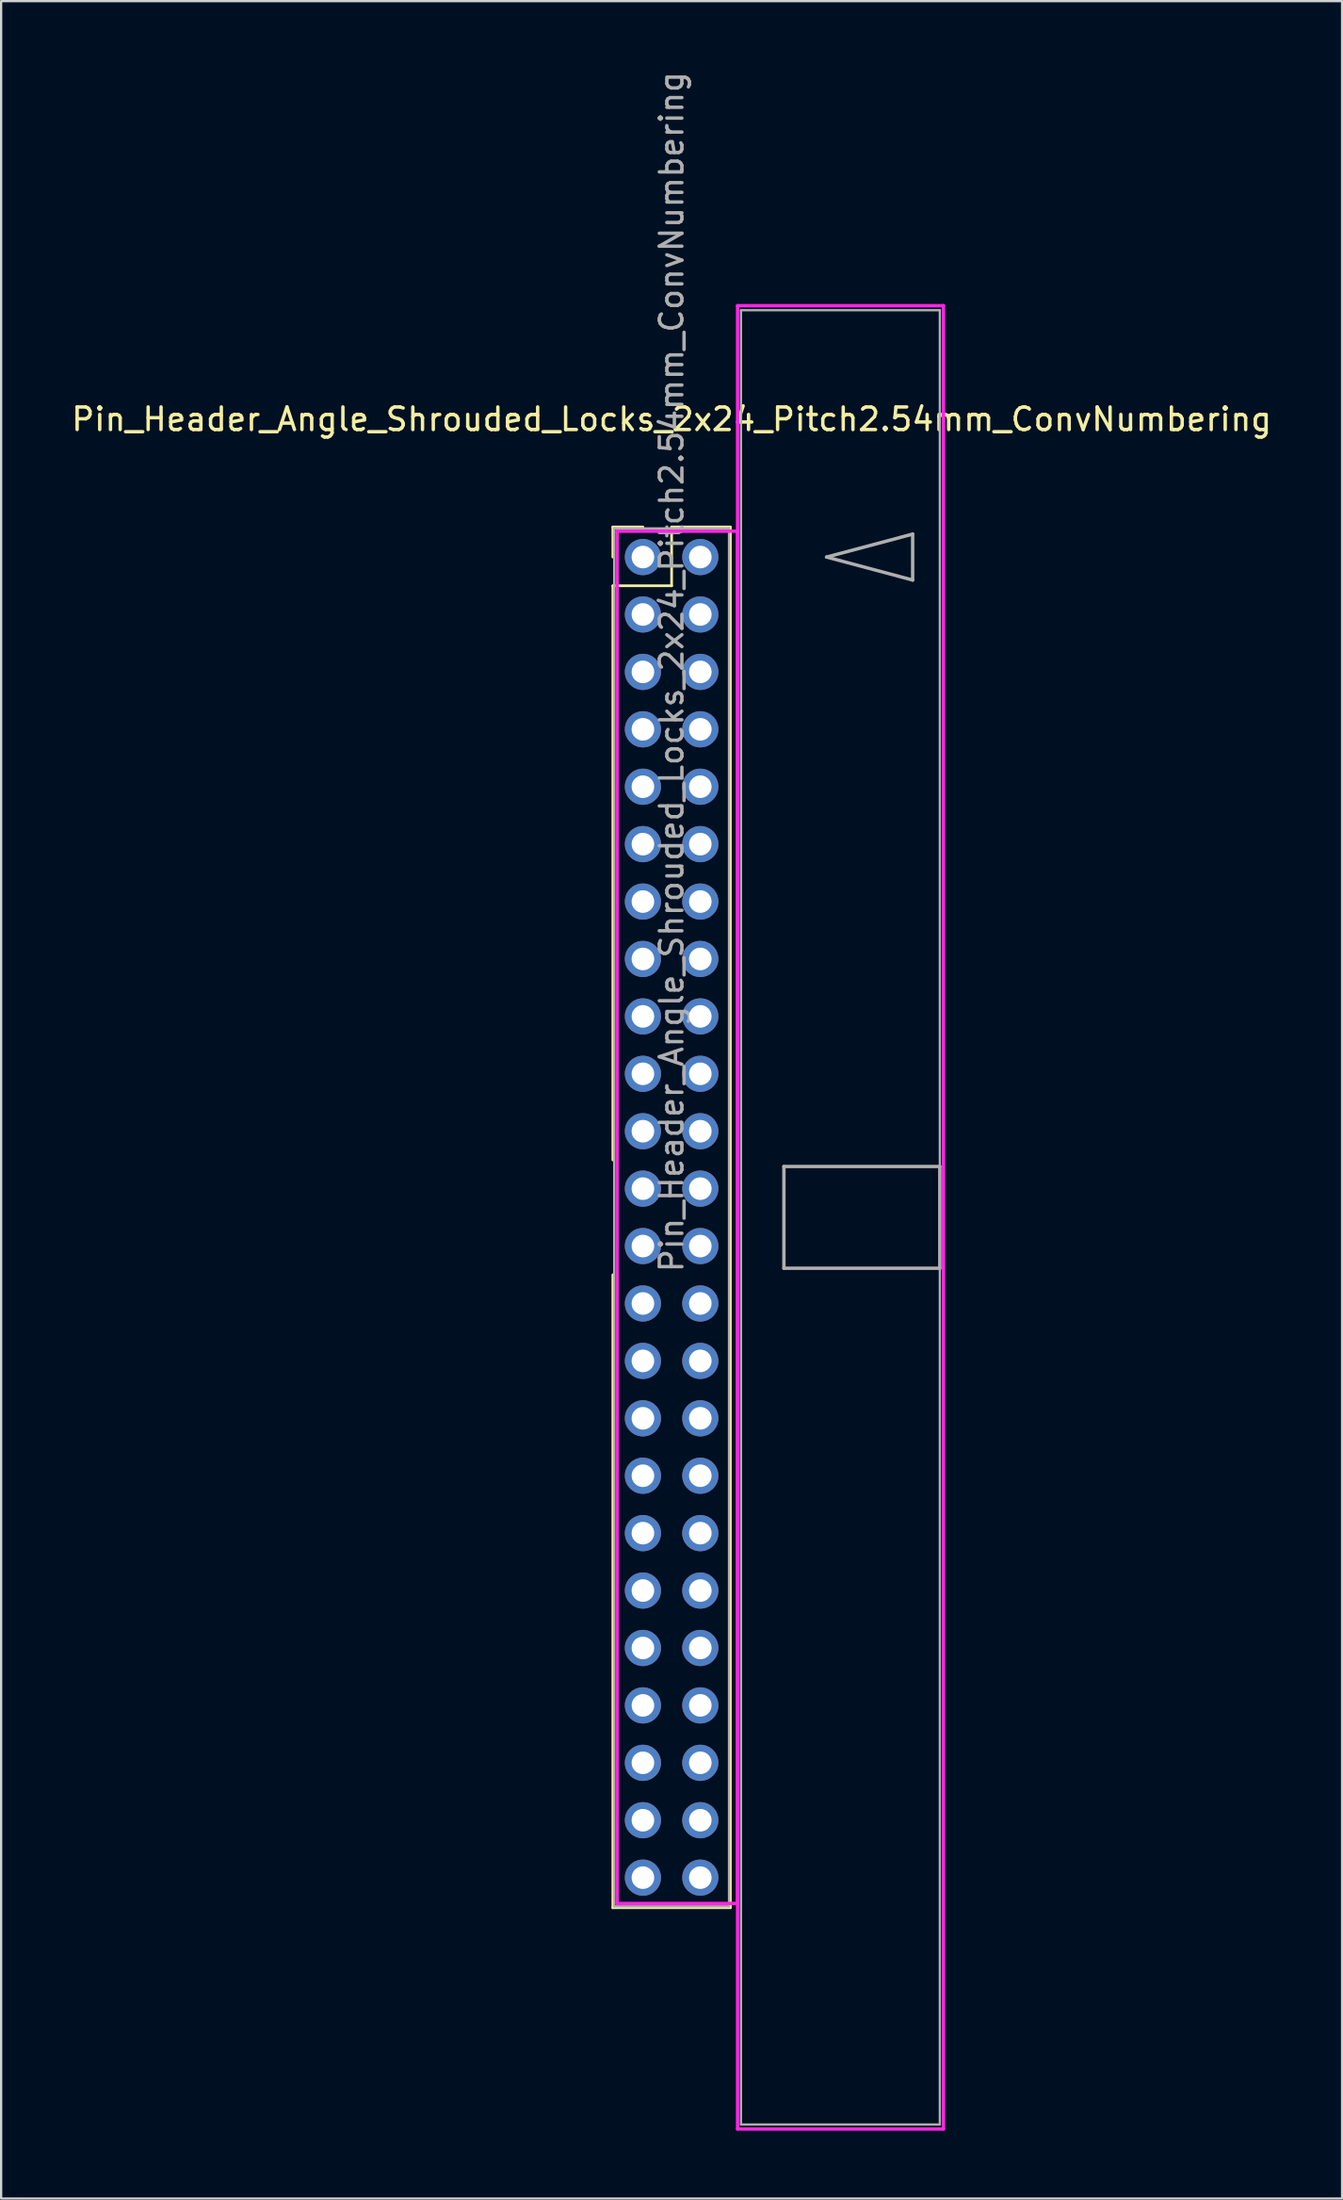
<source format=kicad_pcb>
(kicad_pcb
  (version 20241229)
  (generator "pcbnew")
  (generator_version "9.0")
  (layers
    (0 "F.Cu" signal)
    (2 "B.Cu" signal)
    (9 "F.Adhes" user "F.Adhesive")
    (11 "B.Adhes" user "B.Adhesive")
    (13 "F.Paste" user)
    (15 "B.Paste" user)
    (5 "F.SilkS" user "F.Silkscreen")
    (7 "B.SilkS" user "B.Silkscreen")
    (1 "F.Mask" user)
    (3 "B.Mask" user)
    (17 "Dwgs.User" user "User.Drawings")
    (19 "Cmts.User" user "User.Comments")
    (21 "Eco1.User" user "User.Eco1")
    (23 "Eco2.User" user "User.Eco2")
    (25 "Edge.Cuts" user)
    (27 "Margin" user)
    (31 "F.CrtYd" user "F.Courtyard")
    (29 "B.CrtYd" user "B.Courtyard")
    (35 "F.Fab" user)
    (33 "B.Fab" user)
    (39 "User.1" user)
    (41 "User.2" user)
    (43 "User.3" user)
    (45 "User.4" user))
  (footprint "Pin_Header_Angle_Shrouded_Locks_2x24_Pitch2.54mm_ConvNumbering"
    (layer "F.Cu")
    (at 25.403 21.593)
    (property "Reference" "Pin_Header_Angle_Shrouded_Locks_2x24_Pitch2.54mm_ConvNumbering" (at 1.27 -6.096 0) (layer "F.SilkS") (effects (font (size 1 1) (thickness 0.15))))
    (attr through_hole)
    (fp_line (start -1.33 -1.33) (end 0 -1.33) (stroke (width 0.12) (type solid)) (layer "F.SilkS"))
    (fp_line (start -1.33 0) (end -1.33 -1.33) (stroke (width 0.12) (type solid)) (layer "F.SilkS"))
    (fp_line (start -1.33 1.27) (end -1.33 26.67) (stroke (width 0.12) (type solid)) (layer "F.SilkS"))
    (fp_line (start -1.33 1.27) (end 1.27 1.27) (stroke (width 0.12) (type solid)) (layer "F.SilkS"))
    (fp_line (start -1.33 31.75) (end -1.33 59.75) (stroke (width 0.12) (type solid)) (layer "F.SilkS"))
    (fp_line (start -1.33 59.75) (end 3.87 59.75) (stroke (width 0.12) (type solid)) (layer "F.SilkS"))
    (fp_line (start 1.27 -1.33) (end 3.87 -1.33) (stroke (width 0.12) (type solid)) (layer "F.SilkS"))
    (fp_line (start 1.27 1.27) (end 1.27 -1.33) (stroke (width 0.12) (type solid)) (layer "F.SilkS"))
    (fp_line (start 3.87 -1.33) (end 3.87 59.75) (stroke (width 0.12) (type solid)) (layer "F.SilkS"))
    (fp_line (start -1.143 -1.143) (end -1.143 59.563) (stroke (width 0.15) (type solid)) (layer "F.CrtYd"))
    (fp_line (start -1.143 59.563) (end 4.19 59.563) (stroke (width 0.15) (type solid)) (layer "F.CrtYd"))
    (fp_line (start 4.19 -11.12) (end 4.19 69.54) (stroke (width 0.15) (type solid)) (layer "F.CrtYd"))
    (fp_line (start 4.19 -1.143) (end -1.143 -1.143) (stroke (width 0.15) (type solid)) (layer "F.CrtYd"))
    (fp_line (start 4.19 59.563) (end 4.19 -1.143) (stroke (width 0.15) (type solid)) (layer "F.CrtYd"))
    (fp_line (start 4.19 69.54) (end 13.3 69.54) (stroke (width 0.15) (type solid)) (layer "F.CrtYd"))
    (fp_line (start 13.3 -11.12) (end 4.19 -11.12) (stroke (width 0.15) (type solid)) (layer "F.CrtYd"))
    (fp_line (start 13.3 69.54) (end 13.3 -11.12) (stroke (width 0.15) (type solid)) (layer "F.CrtYd"))
    (fp_line (start -1.27 -1.27) (end -1.27 59.69) (stroke (width 0.1) (type solid)) (layer "F.Fab"))
    (fp_line (start -1.27 59.69) (end 3.81 59.69) (stroke (width 0.1) (type solid)) (layer "F.Fab"))
    (fp_line (start 3.81 -1.27) (end -1.27 -1.27) (stroke (width 0.1) (type solid)) (layer "F.Fab"))
    (fp_line (start 3.81 59.69) (end 3.81 -1.27) (stroke (width 0.1) (type solid)) (layer "F.Fab"))
    (fp_line (start 4.34 -10.92) (end 4.34 69.34) (stroke (width 0.1) (type solid)) (layer "F.Fab"))
    (fp_line (start 4.34 69.34) (end 13.14 69.34) (stroke (width 0.1) (type solid)) (layer "F.Fab"))
    (fp_line (start 6.24 26.96) (end 6.24 31.46) (stroke (width 0.15) (type solid)) (layer "F.Fab"))
    (fp_line (start 6.24 31.46) (end 13.14 31.46) (stroke (width 0.15) (type solid)) (layer "F.Fab"))
    (fp_line (start 8.128 0) (end 11.938 -1.016) (stroke (width 0.15) (type solid)) (layer "F.Fab"))
    (fp_line (start 11.938 -1.016) (end 11.938 1.016) (stroke (width 0.15) (type solid)) (layer "F.Fab"))
    (fp_line (start 11.938 1.016) (end 8.128 0) (stroke (width 0.15) (type solid)) (layer "F.Fab"))
    (fp_line (start 13.14 -10.92) (end 4.34 -10.92) (stroke (width 0.1) (type solid)) (layer "F.Fab"))
    (fp_line (start 13.14 26.96) (end 6.24 26.96) (stroke (width 0.15) (type solid)) (layer "F.Fab"))
    (fp_line (start 13.14 31.46) (end 13.14 26.96) (stroke (width 0.15) (type solid)) (layer "F.Fab"))
    (fp_line (start 13.14 69.34) (end 13.14 -10.92) (stroke (width 0.1) (type solid)) (layer "F.Fab"))
    (fp_text user "${REFERENCE}" (at 1.27 5.08 90) (layer "F.Fab") (effects (font (size 1 1) (thickness 0.15))))
    (pad "1" thru_hole oval (at 0 0) (size 1.6 1.6) (drill 1) (layers "*.Cu" "*.Mask"))
    (pad "2" thru_hole oval (at 2.54 0) (size 1.6 1.6) (drill 1) (layers "*.Cu" "*.Mask"))
    (pad "3" thru_hole oval (at 0 2.54) (size 1.6 1.6) (drill 1) (layers "*.Cu" "*.Mask"))
    (pad "4" thru_hole oval (at 2.54 2.54) (size 1.6 1.6) (drill 1) (layers "*.Cu" "*.Mask"))
    (pad "5" thru_hole oval (at 0 5.08) (size 1.6 1.6) (drill 1) (layers "*.Cu" "*.Mask"))
    (pad "6" thru_hole oval (at 2.54 5.08) (size 1.6 1.6) (drill 1) (layers "*.Cu" "*.Mask"))
    (pad "7" thru_hole oval (at 0 7.62) (size 1.6 1.6) (drill 1) (layers "*.Cu" "*.Mask"))
    (pad "8" thru_hole oval (at 2.54 7.62) (size 1.6 1.6) (drill 1) (layers "*.Cu" "*.Mask"))
    (pad "9" thru_hole oval (at 0 10.16) (size 1.6 1.6) (drill 1) (layers "*.Cu" "*.Mask"))
    (pad "10" thru_hole oval (at 2.54 10.16) (size 1.6 1.6) (drill 1) (layers "*.Cu" "*.Mask"))
    (pad "11" thru_hole oval (at 0 12.7) (size 1.6 1.6) (drill 1) (layers "*.Cu" "*.Mask"))
    (pad "12" thru_hole oval (at 2.54 12.7) (size 1.6 1.6) (drill 1) (layers "*.Cu" "*.Mask"))
    (pad "13" thru_hole oval (at 0 15.24) (size 1.6 1.6) (drill 1) (layers "*.Cu" "*.Mask"))
    (pad "14" thru_hole oval (at 2.54 15.24) (size 1.6 1.6) (drill 1) (layers "*.Cu" "*.Mask"))
    (pad "15" thru_hole oval (at 0 17.78) (size 1.6 1.6) (drill 1) (layers "*.Cu" "*.Mask"))
    (pad "16" thru_hole oval (at 2.54 17.78) (size 1.6 1.6) (drill 1) (layers "*.Cu" "*.Mask"))
    (pad "17" thru_hole oval (at 0 20.32) (size 1.6 1.6) (drill 1) (layers "*.Cu" "*.Mask"))
    (pad "18" thru_hole oval (at 2.54 20.32) (size 1.6 1.6) (drill 1) (layers "*.Cu" "*.Mask"))
    (pad "19" thru_hole oval (at 0 22.86) (size 1.6 1.6) (drill 1) (layers "*.Cu" "*.Mask"))
    (pad "20" thru_hole oval (at 2.54 22.86) (size 1.6 1.6) (drill 1) (layers "*.Cu" "*.Mask"))
    (pad "21" thru_hole oval (at 0 25.4) (size 1.6 1.6) (drill 1) (layers "*.Cu" "*.Mask"))
    (pad "22" thru_hole oval (at 2.54 25.4) (size 1.6 1.6) (drill 1) (layers "*.Cu" "*.Mask"))
    (pad "23" thru_hole oval (at 0 27.94) (size 1.6 1.6) (drill 1) (layers "*.Cu" "*.Mask"))
    (pad "24" thru_hole oval (at 2.54 27.94) (size 1.6 1.6) (drill 1) (layers "*.Cu" "*.Mask"))
    (pad "25" thru_hole oval (at 0 30.48) (size 1.6 1.6) (drill 1) (layers "*.Cu" "*.Mask"))
    (pad "26" thru_hole oval (at 2.54 30.48) (size 1.6 1.6) (drill 1) (layers "*.Cu" "*.Mask"))
    (pad "27" thru_hole oval (at 0 33.02) (size 1.6 1.6) (drill 1) (layers "*.Cu" "*.Mask"))
    (pad "28" thru_hole oval (at 2.54 33.02) (size 1.6 1.6) (drill 1) (layers "*.Cu" "*.Mask"))
    (pad "29" thru_hole oval (at 0 35.56) (size 1.6 1.6) (drill 1) (layers "*.Cu" "*.Mask"))
    (pad "30" thru_hole oval (at 2.54 35.56) (size 1.6 1.6) (drill 1) (layers "*.Cu" "*.Mask"))
    (pad "31" thru_hole oval (at 0 38.1) (size 1.6 1.6) (drill 1) (layers "*.Cu" "*.Mask"))
    (pad "32" thru_hole oval (at 2.54 38.1) (size 1.6 1.6) (drill 1) (layers "*.Cu" "*.Mask"))
    (pad "33" thru_hole oval (at 0 40.64) (size 1.6 1.6) (drill 1) (layers "*.Cu" "*.Mask"))
    (pad "34" thru_hole oval (at 2.54 40.64) (size 1.6 1.6) (drill 1) (layers "*.Cu" "*.Mask"))
    (pad "35" thru_hole oval (at 0 43.18) (size 1.6 1.6) (drill 1) (layers "*.Cu" "*.Mask"))
    (pad "36" thru_hole oval (at 2.54 43.18) (size 1.6 1.6) (drill 1) (layers "*.Cu" "*.Mask"))
    (pad "37" thru_hole oval (at 0 45.72) (size 1.6 1.6) (drill 1) (layers "*.Cu" "*.Mask"))
    (pad "38" thru_hole oval (at 2.54 45.72) (size 1.6 1.6) (drill 1) (layers "*.Cu" "*.Mask"))
    (pad "39" thru_hole oval (at 0 48.26) (size 1.6 1.6) (drill 1) (layers "*.Cu" "*.Mask"))
    (pad "40" thru_hole oval (at 2.54 48.26) (size 1.6 1.6) (drill 1) (layers "*.Cu" "*.Mask"))
    (pad "41" thru_hole oval (at 0 50.8) (size 1.6 1.6) (drill 1) (layers "*.Cu" "*.Mask"))
    (pad "42" thru_hole oval (at 2.54 50.8) (size 1.6 1.6) (drill 1) (layers "*.Cu" "*.Mask"))
    (pad "43" thru_hole oval (at 0 53.34) (size 1.6 1.6) (drill 1) (layers "*.Cu" "*.Mask"))
    (pad "44" thru_hole oval (at 2.54 53.34) (size 1.6 1.6) (drill 1) (layers "*.Cu" "*.Mask"))
    (pad "45" thru_hole oval (at 0 55.88) (size 1.6 1.6) (drill 1) (layers "*.Cu" "*.Mask"))
    (pad "46" thru_hole oval (at 2.54 55.88) (size 1.6 1.6) (drill 1) (layers "*.Cu" "*.Mask"))
    (pad "47" thru_hole oval (at 0 58.42) (size 1.6 1.6) (drill 1) (layers "*.Cu" "*.Mask"))
    (pad "48" thru_hole oval (at 2.54 58.42) (size 1.6 1.6) (drill 1) (layers "*.Cu" "*.Mask")))
  (gr_rect
    (start -3 -3)
    (end 56.345 94.208)
    (stroke (width 0.1) (type default))
    (fill no)
    (layer "Edge.Cuts")))
</source>
